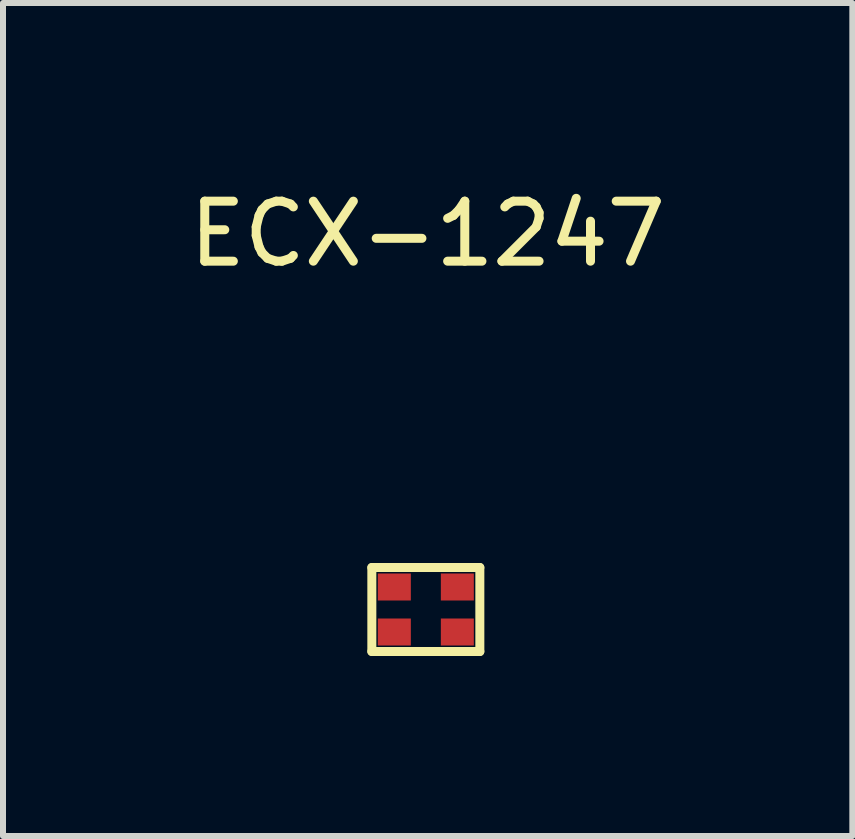
<source format=kicad_pcb>
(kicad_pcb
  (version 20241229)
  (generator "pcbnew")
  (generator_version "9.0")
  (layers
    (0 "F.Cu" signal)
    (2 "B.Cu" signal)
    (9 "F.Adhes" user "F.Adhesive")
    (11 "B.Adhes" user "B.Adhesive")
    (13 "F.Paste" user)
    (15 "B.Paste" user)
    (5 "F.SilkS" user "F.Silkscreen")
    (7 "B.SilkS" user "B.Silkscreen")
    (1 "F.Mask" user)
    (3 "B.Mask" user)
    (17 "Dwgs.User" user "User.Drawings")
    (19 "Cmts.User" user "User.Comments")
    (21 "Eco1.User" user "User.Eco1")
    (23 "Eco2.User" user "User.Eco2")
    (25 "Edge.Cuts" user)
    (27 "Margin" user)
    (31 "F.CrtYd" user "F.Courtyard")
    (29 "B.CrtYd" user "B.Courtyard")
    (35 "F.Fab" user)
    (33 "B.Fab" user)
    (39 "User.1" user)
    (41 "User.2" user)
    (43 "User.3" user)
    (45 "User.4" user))
  (footprint "ECX-1247"
    (layer "F.Cu")
    (at 4.047 7.108)
    (property "Reference" "ECX-1247" (at 0.03 -6.26 0) (layer "F.SilkS") (effects (font (size 1 1) (thickness 0.15))))
    (attr through_hole)
    (fp_line (start -0.9 -0.7) (end -0.8 -0.7) (stroke (width 0.15) (type solid)) (layer "F.SilkS"))
    (fp_line (start -0.9 0.7) (end -0.9 -0.7) (stroke (width 0.15) (type solid)) (layer "F.SilkS"))
    (fp_line (start -0.8 -0.7) (end 0.9 -0.7) (stroke (width 0.15) (type solid)) (layer "F.SilkS"))
    (fp_line (start 0.9 -0.7) (end 0.9 0.7) (stroke (width 0.15) (type solid)) (layer "F.SilkS"))
    (fp_line (start 0.9 0.7) (end -0.9 0.7) (stroke (width 0.15) (type solid)) (layer "F.SilkS"))
    (pad "1" smd rect (at -0.525 -0.375) (size 0.55 0.45) (layers "F.Cu" "F.Mask" "F.Paste"))
    (pad "2" smd rect (at 0.525 -0.375) (size 0.55 0.45) (layers "F.Cu" "F.Mask" "F.Paste"))
    (pad "3" smd rect (at 0.525 0.375) (size 0.55 0.45) (layers "F.Cu" "F.Mask" "F.Paste"))
    (pad "4" smd rect (at -0.525 0.375) (size 0.55 0.45) (layers "F.Cu" "F.Mask" "F.Paste")))
  (gr_rect
    (start -3 -3)
    (end 11.155 10.883)
    (stroke (width 0.1) (type default))
    (fill no)
    (layer "Edge.Cuts")))
</source>
